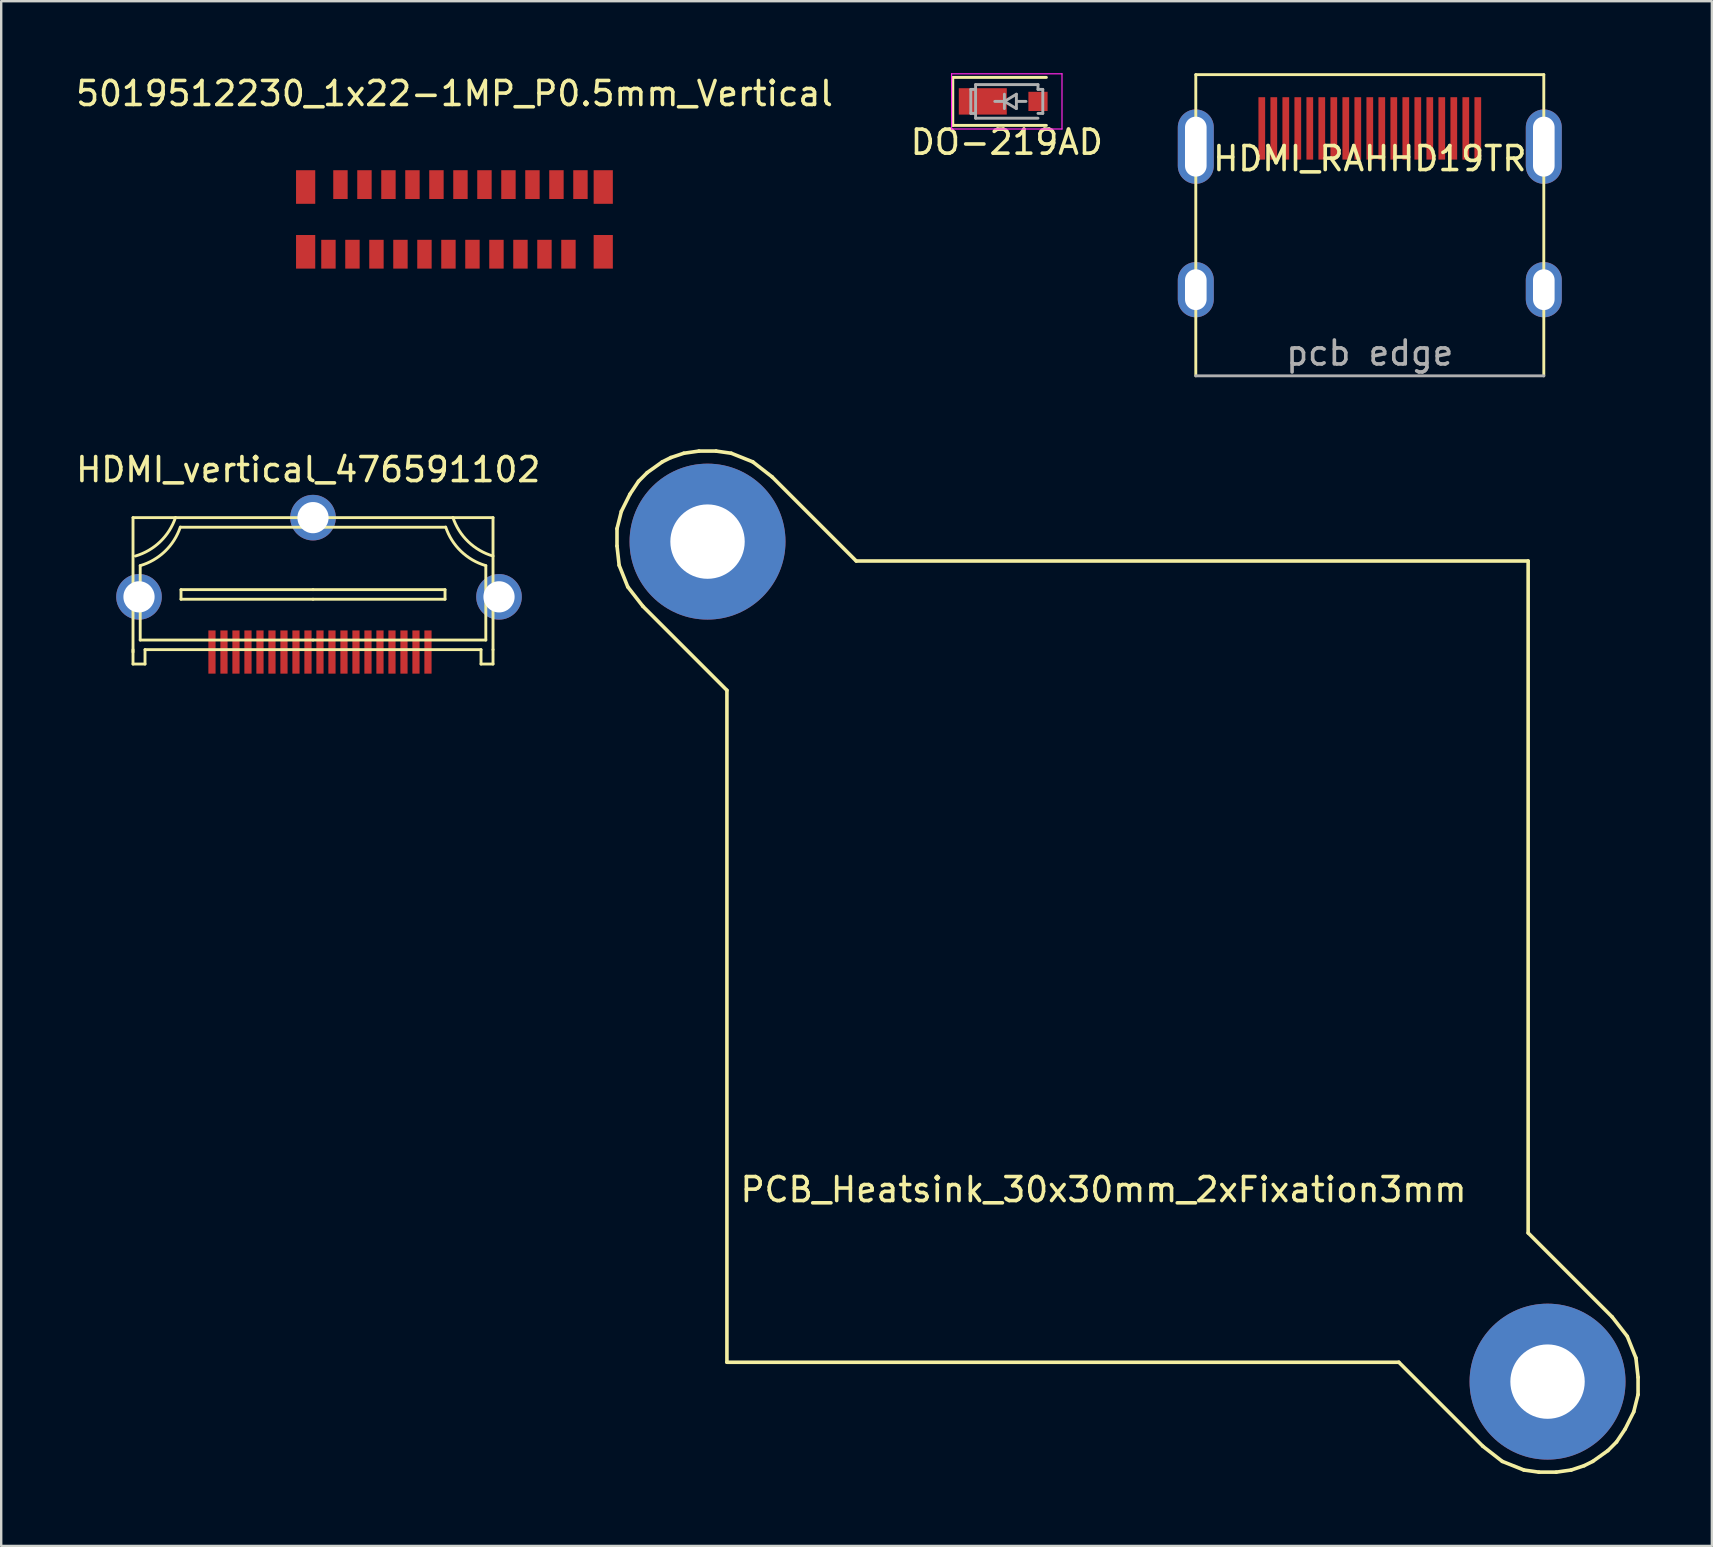
<source format=kicad_pcb>
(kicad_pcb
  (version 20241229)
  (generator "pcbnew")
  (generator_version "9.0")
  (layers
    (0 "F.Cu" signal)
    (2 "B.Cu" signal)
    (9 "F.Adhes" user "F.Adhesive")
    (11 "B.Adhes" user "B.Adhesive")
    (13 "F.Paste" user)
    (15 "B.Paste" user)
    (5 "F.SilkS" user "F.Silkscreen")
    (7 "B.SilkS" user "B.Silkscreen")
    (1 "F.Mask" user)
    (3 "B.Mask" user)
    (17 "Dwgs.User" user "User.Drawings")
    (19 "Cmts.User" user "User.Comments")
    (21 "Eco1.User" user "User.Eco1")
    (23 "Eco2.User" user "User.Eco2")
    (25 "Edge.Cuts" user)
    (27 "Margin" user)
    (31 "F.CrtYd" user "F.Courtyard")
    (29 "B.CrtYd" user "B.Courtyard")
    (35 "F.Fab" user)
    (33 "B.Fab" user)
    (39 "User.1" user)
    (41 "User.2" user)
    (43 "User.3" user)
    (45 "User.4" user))
  (footprint "5019512230_1x22-1MP_P0.5mm_Vertical"
    (layer "F.Cu")
    (at 15.885 6.092)
    (property "Reference" "5019512230_1x22-1MP_P0.5mm_Vertical" (at 0.002 -5.244 0) (layer "F.SilkS") (effects (font (size 1 1) (thickness 0.15))))
    (attr through_hole)
    (pad "1" smd rect (at -5.25 1.45) (size 0.6 1.2) (layers "F.Cu" "F.Mask" "F.Paste"))
    (pad "2" smd rect (at -4.75 -1.45) (size 0.6 1.2) (layers "F.Cu" "F.Mask" "F.Paste"))
    (pad "3" smd rect (at -4.25 1.45) (size 0.6 1.2) (layers "F.Cu" "F.Mask" "F.Paste"))
    (pad "4" smd rect (at -3.75 -1.45) (size 0.6 1.2) (layers "F.Cu" "F.Mask" "F.Paste"))
    (pad "5" smd rect (at -3.25 1.45) (size 0.6 1.2) (layers "F.Cu" "F.Mask" "F.Paste"))
    (pad "6" smd rect (at -2.75 -1.45) (size 0.6 1.2) (layers "F.Cu" "F.Mask" "F.Paste"))
    (pad "7" smd rect (at -2.25 1.45) (size 0.6 1.2) (layers "F.Cu" "F.Mask" "F.Paste"))
    (pad "8" smd rect (at -1.75 -1.45) (size 0.6 1.2) (layers "F.Cu" "F.Mask" "F.Paste"))
    (pad "9" smd rect (at -1.25 1.45) (size 0.6 1.2) (layers "F.Cu" "F.Mask" "F.Paste"))
    (pad "10" smd rect (at -0.75 -1.45) (size 0.6 1.2) (layers "F.Cu" "F.Mask" "F.Paste"))
    (pad "11" smd rect (at -0.25 1.45) (size 0.6 1.2) (layers "F.Cu" "F.Mask" "F.Paste"))
    (pad "12" smd rect (at 0.25 -1.45) (size 0.6 1.2) (layers "F.Cu" "F.Mask" "F.Paste"))
    (pad "13" smd rect (at 0.75 1.45) (size 0.6 1.2) (layers "F.Cu" "F.Mask" "F.Paste"))
    (pad "14" smd rect (at 1.25 -1.45) (size 0.6 1.2) (layers "F.Cu" "F.Mask" "F.Paste"))
    (pad "15" smd rect (at 1.75 1.45) (size 0.6 1.2) (layers "F.Cu" "F.Mask" "F.Paste"))
    (pad "16" smd rect (at 2.25 -1.45) (size 0.6 1.2) (layers "F.Cu" "F.Mask" "F.Paste"))
    (pad "17" smd rect (at 2.75 1.45) (size 0.6 1.2) (layers "F.Cu" "F.Mask" "F.Paste"))
    (pad "18" smd rect (at 3.25 -1.45) (size 0.6 1.2) (layers "F.Cu" "F.Mask" "F.Paste"))
    (pad "19" smd rect (at 3.75 1.45) (size 0.6 1.2) (layers "F.Cu" "F.Mask" "F.Paste"))
    (pad "20" smd rect (at 4.25 -1.45) (size 0.6 1.2) (layers "F.Cu" "F.Mask" "F.Paste"))
    (pad "21" smd rect (at 4.75 1.45) (size 0.6 1.2) (layers "F.Cu" "F.Mask" "F.Paste"))
    (pad "22" smd rect (at 5.25 -1.45) (size 0.6 1.2) (layers "F.Cu" "F.Mask" "F.Paste"))
    (pad "MP" smd rect (at -6.2 -1.35) (size 0.8 1.4) (layers "F.Cu" "F.Mask" "F.Paste"))
    (pad "MP" smd rect (at -6.2 1.35) (size 0.8 1.4) (layers "F.Cu" "F.Mask" "F.Paste"))
    (pad "MP" smd rect (at 6.2 -1.35) (size 0.8 1.4) (layers "F.Cu" "F.Mask" "F.Paste"))
    (pad "MP" smd rect (at 6.2 1.35) (size 0.8 1.4) (layers "F.Cu" "F.Mask" "F.Paste")))
  (footprint "PCB_Heatsink_30x30mm_2xFixation3mm"
    (layer "F.Cu")
    (at 43.93 37.017)
    (property "Reference" "PCB_Heatsink_30x30mm_2xFixation3mm" (at -1 9.5 0) (layer "F.SilkS") (effects (font (size 1 1) (thickness 0.15))))
    (attr through_hole)
    (fp_line (start -21.272 -18.039) (end -21.272 -17.32) (stroke (width 0.15) (type solid)) (layer "F.SilkS"))
    (fp_line (start -21.272 -17.32) (end -21.182 -16.512) (stroke (width 0.15) (type solid)) (layer "F.SilkS"))
    (fp_line (start -21.182 -16.512) (end -20.823 -15.614) (stroke (width 0.15) (type solid)) (layer "F.SilkS"))
    (fp_line (start -21.092 -18.757) (end -21.272 -18.039) (stroke (width 0.15) (type solid)) (layer "F.SilkS"))
    (fp_line (start -20.823 -15.614) (end -20.194 -14.806) (stroke (width 0.15) (type solid)) (layer "F.SilkS"))
    (fp_line (start -20.733 -19.476) (end -21.092 -18.757) (stroke (width 0.15) (type solid)) (layer "F.SilkS"))
    (fp_line (start -20.374 -20.014) (end -20.733 -19.476) (stroke (width 0.15) (type solid)) (layer "F.SilkS"))
    (fp_line (start -20.014 -20.374) (end -20.374 -20.014) (stroke (width 0.15) (type solid)) (layer "F.SilkS"))
    (fp_line (start -19.386 -20.823) (end -20.014 -20.374) (stroke (width 0.15) (type solid)) (layer "F.SilkS"))
    (fp_line (start -19.027 -21.002) (end -19.386 -20.823) (stroke (width 0.15) (type solid)) (layer "F.SilkS"))
    (fp_line (start -18.488 -21.182) (end -19.027 -21.002) (stroke (width 0.15) (type solid)) (layer "F.SilkS"))
    (fp_line (start -17.859 -21.272) (end -18.488 -21.182) (stroke (width 0.15) (type solid)) (layer "F.SilkS"))
    (fp_line (start -17.141 -21.272) (end -17.859 -21.272) (stroke (width 0.15) (type solid)) (layer "F.SilkS"))
    (fp_line (start -16.692 -11.304) (end -20.194 -14.806) (stroke (width 0.15) (type solid)) (layer "F.SilkS"))
    (fp_line (start -16.692 -11.304) (end -16.692 16.692) (stroke (width 0.15) (type solid)) (layer "F.SilkS"))
    (fp_line (start -16.692 16.692) (end 11.304 16.692) (stroke (width 0.15) (type solid)) (layer "F.SilkS"))
    (fp_line (start -16.512 -21.182) (end -17.141 -21.272) (stroke (width 0.15) (type solid)) (layer "F.SilkS"))
    (fp_line (start -15.614 -20.823) (end -16.512 -21.182) (stroke (width 0.15) (type solid)) (layer "F.SilkS"))
    (fp_line (start -14.806 -20.194) (end -15.614 -20.823) (stroke (width 0.15) (type solid)) (layer "F.SilkS"))
    (fp_line (start -14.806 -20.194) (end -11.304 -16.692) (stroke (width 0.15) (type solid)) (layer "F.SilkS"))
    (fp_line (start 14.806 20.194) (end 11.304 16.692) (stroke (width 0.15) (type solid)) (layer "F.SilkS"))
    (fp_line (start 14.806 20.194) (end 15.614 20.823) (stroke (width 0.15) (type solid)) (layer "F.SilkS"))
    (fp_line (start 15.614 20.823) (end 16.512 21.182) (stroke (width 0.15) (type solid)) (layer "F.SilkS"))
    (fp_line (start 16.512 21.182) (end 17.141 21.272) (stroke (width 0.15) (type solid)) (layer "F.SilkS"))
    (fp_line (start 16.692 -16.692) (end -11.304 -16.692) (stroke (width 0.15) (type solid)) (layer "F.SilkS"))
    (fp_line (start 16.692 11.304) (end 16.692 -16.692) (stroke (width 0.15) (type solid)) (layer "F.SilkS"))
    (fp_line (start 16.692 11.304) (end 20.194 14.806) (stroke (width 0.15) (type solid)) (layer "F.SilkS"))
    (fp_line (start 17.141 21.272) (end 17.859 21.272) (stroke (width 0.15) (type solid)) (layer "F.SilkS"))
    (fp_line (start 17.859 21.272) (end 18.488 21.182) (stroke (width 0.15) (type solid)) (layer "F.SilkS"))
    (fp_line (start 18.488 21.182) (end 19.027 21.002) (stroke (width 0.15) (type solid)) (layer "F.SilkS"))
    (fp_line (start 19.027 21.002) (end 19.386 20.823) (stroke (width 0.15) (type solid)) (layer "F.SilkS"))
    (fp_line (start 19.386 20.823) (end 20.014 20.374) (stroke (width 0.15) (type solid)) (layer "F.SilkS"))
    (fp_line (start 20.014 20.374) (end 20.374 20.014) (stroke (width 0.15) (type solid)) (layer "F.SilkS"))
    (fp_line (start 20.374 20.014) (end 20.733 19.476) (stroke (width 0.15) (type solid)) (layer "F.SilkS"))
    (fp_line (start 20.733 19.476) (end 21.092 18.757) (stroke (width 0.15) (type solid)) (layer "F.SilkS"))
    (fp_line (start 20.823 15.614) (end 20.194 14.806) (stroke (width 0.15) (type solid)) (layer "F.SilkS"))
    (fp_line (start 21.092 18.757) (end 21.272 18.039) (stroke (width 0.15) (type solid)) (layer "F.SilkS"))
    (fp_line (start 21.182 16.512) (end 20.823 15.614) (stroke (width 0.15) (type solid)) (layer "F.SilkS"))
    (fp_line (start 21.272 17.32) (end 21.182 16.512) (stroke (width 0.15) (type solid)) (layer "F.SilkS"))
    (fp_line (start 21.272 18.039) (end 21.272 17.32) (stroke (width 0.15) (type solid)) (layer "F.SilkS"))
    (pad "" smd custom (at 0 0) (size 33 33) (layers "F.Mask") (options (anchor rect)) (primitives (gr_line (start -17.5 -17.5) (end 17.5 17.5) (width 7.2))))
    (pad "2" thru_hole circle (at -17.5 -17.5 315) (size 6.497 6.497) (drill 3.099) (layers "*.Cu" "*.Mask"))
    (pad "3" thru_hole circle (at 17.5 17.5 135) (size 6.497 6.497) (drill 3.099) (layers "*.Cu" "*.Mask")))
  (footprint "HDMI_RAHHD19TR"
    (layer "F.Cu")
    (at 54.024 3.06)
    (property "Reference" "HDMI_RAHHD19TR" (at 0 0.5 0) (layer "F.SilkS") (effects (font (size 1 1) (thickness 0.15))))
    (attr through_hole)
    (fp_line (start -7.25 -3) (end -7.25 9.55) (stroke (width 0.12) (type solid)) (layer "F.SilkS"))
    (fp_line (start 7.25 -3) (end -7.25 -3) (stroke (width 0.12) (type solid)) (layer "F.SilkS"))
    (fp_line (start 7.25 9.55) (end 7.25 -3) (stroke (width 0.12) (type solid)) (layer "F.SilkS"))
    (fp_line (start 7.25 9.55) (end -7.25 9.55) (stroke (width 0.12) (type solid)) (layer "F.Fab"))
    (fp_text user "pcb edge" (at 0 8.6 0) (layer "F.Fab") (effects (font (size 1 1) (thickness 0.15))))
    (pad "1" smd rect (at 4.5 -0.76) (size 0.28 2.6) (layers "F.Cu" "F.Mask" "F.Paste"))
    (pad "2" smd rect (at 4 -0.76) (size 0.28 2.6) (layers "F.Cu" "F.Mask" "F.Paste"))
    (pad "3" smd rect (at 3.5 -0.76) (size 0.28 2.6) (layers "F.Cu" "F.Mask" "F.Paste"))
    (pad "4" smd rect (at 3 -0.76) (size 0.28 2.6) (layers "F.Cu" "F.Mask" "F.Paste"))
    (pad "5" smd rect (at 2.5 -0.76) (size 0.28 2.6) (layers "F.Cu" "F.Mask" "F.Paste"))
    (pad "6" smd rect (at 2 -0.76) (size 0.28 2.6) (layers "F.Cu" "F.Mask" "F.Paste"))
    (pad "7" smd rect (at 1.5 -0.76) (size 0.28 2.6) (layers "F.Cu" "F.Mask" "F.Paste"))
    (pad "8" smd rect (at 1 -0.76) (size 0.28 2.6) (layers "F.Cu" "F.Mask" "F.Paste"))
    (pad "9" smd rect (at 0.5 -0.76) (size 0.28 2.6) (layers "F.Cu" "F.Mask" "F.Paste"))
    (pad "10" smd rect (at 0 -0.76) (size 0.28 2.6) (layers "F.Cu" "F.Mask" "F.Paste"))
    (pad "11" smd rect (at -0.5 -0.76) (size 0.28 2.6) (layers "F.Cu" "F.Mask" "F.Paste"))
    (pad "12" smd rect (at -1 -0.76) (size 0.28 2.6) (layers "F.Cu" "F.Mask" "F.Paste"))
    (pad "13" smd rect (at -1.5 -0.76) (size 0.28 2.6) (layers "F.Cu" "F.Mask" "F.Paste"))
    (pad "14" smd rect (at -2 -0.76) (size 0.28 2.6) (layers "F.Cu" "F.Mask" "F.Paste"))
    (pad "15" smd rect (at -2.5 -0.76) (size 0.28 2.6) (layers "F.Cu" "F.Mask" "F.Paste"))
    (pad "16" smd rect (at -3 -0.76) (size 0.28 2.6) (layers "F.Cu" "F.Mask" "F.Paste"))
    (pad "17" smd rect (at -3.5 -0.76) (size 0.28 2.6) (layers "F.Cu" "F.Mask" "F.Paste"))
    (pad "18" smd rect (at -4 -0.76) (size 0.28 2.6) (layers "F.Cu" "F.Mask" "F.Paste"))
    (pad "19" smd rect (at -4.5 -0.76) (size 0.28 2.6) (layers "F.Cu" "F.Mask" "F.Paste"))
    (pad "SH" thru_hole oval (at -7.25 0) (size 1.5 3.1) (drill oval 0.9 2.5) (layers "*.Cu" "*.Mask"))
    (pad "SH" thru_hole oval (at -7.25 5.96) (size 1.5 2.3) (drill oval 0.9 1.7) (layers "*.Cu" "*.Mask"))
    (pad "SH" thru_hole oval (at 7.25 0) (size 1.5 3.1) (drill oval 0.9 2.5) (layers "*.Cu" "*.Mask"))
    (pad "SH" thru_hole oval (at 7.25 5.96) (size 1.5 2.3) (drill oval 0.9 1.7) (layers "*.Cu" "*.Mask")))
  (footprint "HDMI_vertical_476591102"
    (layer "F.Cu")
    (at 9.992 18.518)
    (property "Reference" "HDMI_vertical_476591102" (at -0.2 -2 0) (layer "F.SilkS") (effects (font (size 1 1) (thickness 0.15))))
    (attr through_hole)
    (fp_line (start -7.5 0) (end -7.5 5.6) (stroke (width 0.12) (type solid)) (layer "F.SilkS"))
    (fp_line (start -7.5 5.5) (end -7.5 6.1) (stroke (width 0.12) (type solid)) (layer "F.SilkS"))
    (fp_line (start -7.5 6.1) (end -7 6.1) (stroke (width 0.12) (type solid)) (layer "F.SilkS"))
    (fp_line (start -7.2 2) (end -7.2 5.1) (stroke (width 0.12) (type solid)) (layer "F.SilkS"))
    (fp_line (start -7.2 5.1) (end 0 5.1) (stroke (width 0.12) (type solid)) (layer "F.SilkS"))
    (fp_line (start -7 5.5) (end -7 6.1) (stroke (width 0.12) (type solid)) (layer "F.SilkS"))
    (fp_line (start -7 5.5) (end 7 5.5) (stroke (width 0.12) (type solid)) (layer "F.SilkS"))
    (fp_line (start -5.5 0.4) (end 0 0.4) (stroke (width 0.12) (type solid)) (layer "F.SilkS"))
    (fp_line (start -5.5 3) (end 0 3) (stroke (width 0.12) (type solid)) (layer "F.SilkS"))
    (fp_line (start -5.5 3.4) (end -5.5 3) (stroke (width 0.12) (type solid)) (layer "F.SilkS"))
    (fp_line (start 0 3.4) (end -5.5 3.4) (stroke (width 0.12) (type solid)) (layer "F.SilkS"))
    (fp_line (start 0 3.4) (end 5.5 3.4) (stroke (width 0.12) (type solid)) (layer "F.SilkS"))
    (fp_line (start 5.5 0.4) (end 0 0.4) (stroke (width 0.12) (type solid)) (layer "F.SilkS"))
    (fp_line (start 5.5 3) (end 0 3) (stroke (width 0.12) (type solid)) (layer "F.SilkS"))
    (fp_line (start 5.5 3.4) (end 5.5 3) (stroke (width 0.12) (type solid)) (layer "F.SilkS"))
    (fp_line (start 7 5.5) (end 7 6.1) (stroke (width 0.12) (type solid)) (layer "F.SilkS"))
    (fp_line (start 7 6.1) (end 7.5 6.1) (stroke (width 0.12) (type solid)) (layer "F.SilkS"))
    (fp_line (start 7.2 2) (end 7.2 5.1) (stroke (width 0.12) (type solid)) (layer "F.SilkS"))
    (fp_line (start 7.2 5.1) (end 0 5.1) (stroke (width 0.12) (type solid)) (layer "F.SilkS"))
    (fp_line (start 7.5 0) (end -7.5 0) (stroke (width 0.12) (type solid)) (layer "F.SilkS"))
    (fp_line (start 7.5 5.5) (end 7.5 0) (stroke (width 0.12) (type solid)) (layer "F.SilkS"))
    (fp_line (start 7.5 5.5) (end 7.5 6.1) (stroke (width 0.12) (type solid)) (layer "F.SilkS"))
    (fp_arc (start -5.728293 -0.009431) (mid -6.366099 1.000995) (end -7.4 1.599999) (stroke (width 0.12) (type solid)) (layer "F.SilkS"))
    (fp_arc (start -5.528293 0.390569) (mid -6.166099 1.400995) (end -7.2 1.999999) (stroke (width 0.12) (type solid)) (layer "F.SilkS"))
    (fp_arc (start 7.2 1.999999) (mid 6.166099 1.400995) (end 5.528293 0.390569) (stroke (width 0.12) (type solid)) (layer "F.SilkS"))
    (fp_arc (start 7.5 1.599999) (mid 6.466099 1.000995) (end 5.828293 -0.009431) (stroke (width 0.12) (type solid)) (layer "F.SilkS"))
    (pad "1" smd rect (at -4.21 5.6 180) (size 0.3 1.8) (layers "F.Cu" "F.Mask" "F.Paste"))
    (pad "2" smd rect (at -3.71 5.6 180) (size 0.3 1.8) (layers "F.Cu" "F.Mask" "F.Paste"))
    (pad "3" smd rect (at -3.21 5.6 180) (size 0.3 1.8) (layers "F.Cu" "F.Mask" "F.Paste"))
    (pad "4" smd rect (at -2.71 5.6 180) (size 0.3 1.8) (layers "F.Cu" "F.Mask" "F.Paste"))
    (pad "5" smd rect (at -2.21 5.6 180) (size 0.3 1.8) (layers "F.Cu" "F.Mask" "F.Paste"))
    (pad "6" smd rect (at -1.71 5.6 180) (size 0.3 1.8) (layers "F.Cu" "F.Mask" "F.Paste"))
    (pad "7" smd rect (at -1.21 5.6 180) (size 0.3 1.8) (layers "F.Cu" "F.Mask" "F.Paste"))
    (pad "8" smd rect (at -0.71 5.6 180) (size 0.3 1.8) (layers "F.Cu" "F.Mask" "F.Paste"))
    (pad "9" smd rect (at -0.21 5.6 180) (size 0.3 1.8) (layers "F.Cu" "F.Mask" "F.Paste"))
    (pad "10" smd rect (at 0.29 5.6 180) (size 0.3 1.8) (layers "F.Cu" "F.Mask" "F.Paste"))
    (pad "11" smd rect (at 0.79 5.6 180) (size 0.3 1.8) (layers "F.Cu" "F.Mask" "F.Paste"))
    (pad "12" smd rect (at 1.29 5.6 180) (size 0.3 1.8) (layers "F.Cu" "F.Mask" "F.Paste"))
    (pad "13" smd rect (at 1.79 5.6 180) (size 0.3 1.8) (layers "F.Cu" "F.Mask" "F.Paste"))
    (pad "14" smd rect (at 2.29 5.6 180) (size 0.3 1.8) (layers "F.Cu" "F.Mask" "F.Paste"))
    (pad "15" smd rect (at 2.79 5.6 180) (size 0.3 1.8) (layers "F.Cu" "F.Mask" "F.Paste"))
    (pad "16" smd rect (at 3.29 5.6 180) (size 0.3 1.8) (layers "F.Cu" "F.Mask" "F.Paste"))
    (pad "17" smd rect (at 3.79 5.6 180) (size 0.3 1.8) (layers "F.Cu" "F.Mask" "F.Paste"))
    (pad "18" smd rect (at 4.29 5.6 180) (size 0.3 1.8) (layers "F.Cu" "F.Mask" "F.Paste"))
    (pad "19" smd rect (at 4.79 5.6 180) (size 0.3 1.8) (layers "F.Cu" "F.Mask" "F.Paste"))
    (pad "SH" thru_hole circle (at -7.25 3.3 180) (size 1.9 1.9) (drill 1.3) (layers "*.Cu" "*.Mask"))
    (pad "SH" thru_hole circle (at 0 0 180) (size 1.9 1.9) (drill 1.3) (layers "*.Cu" "*.Mask"))
    (pad "SH" thru_hole circle (at 7.75 3.3 180) (size 1.9 1.9) (drill 1.3) (layers "*.Cu" "*.Mask")))
  (footprint "DO-219AD"
    (layer "F.Cu")
    (at 38.899 1.175)
    (property "Reference" "DO-219AD" (at 0 1.7 0) (layer "F.SilkS") (effects (font (size 1 1) (thickness 0.15))))
    (attr through_hole)
    (fp_line (start -2.25 -1) (end -2.25 1) (stroke (width 0.12) (type solid)) (layer "F.SilkS"))
    (fp_line (start -2.25 1) (end 1.65 1) (stroke (width 0.12) (type solid)) (layer "F.SilkS"))
    (fp_line (start 1.65 -1) (end -2.25 -1) (stroke (width 0.12) (type solid)) (layer "F.SilkS"))
    (fp_line (start -2.3 -1.15) (end 2.3 -1.15) (stroke (width 0.05) (type solid)) (layer "F.CrtYd"))
    (fp_line (start -2.3 1.15) (end -2.3 -1.15) (stroke (width 0.05) (type solid)) (layer "F.CrtYd"))
    (fp_line (start 2.3 -1.15) (end 2.3 1.15) (stroke (width 0.05) (type solid)) (layer "F.CrtYd"))
    (fp_line (start 2.3 1.15) (end -2.3 1.15) (stroke (width 0.05) (type solid)) (layer "F.CrtYd"))
    (fp_line (start -1.5 -0.5) (end -1.5 0.5) (stroke (width 0.12) (type solid)) (layer "F.Fab"))
    (fp_line (start -1.3 -0.7) (end -1.3 0.7) (stroke (width 0.12) (type solid)) (layer "F.Fab"))
    (fp_line (start -1.3 -0.5) (end -1.5 -0.5) (stroke (width 0.12) (type solid)) (layer "F.Fab"))
    (fp_line (start -1.3 0.5) (end -1.5 0.5) (stroke (width 0.12) (type solid)) (layer "F.Fab"))
    (fp_line (start -1.3 0.7) (end 1.3 0.7) (stroke (width 0.12) (type solid)) (layer "F.Fab"))
    (fp_line (start -0.1 0) (end -0.5 0) (stroke (width 0.12) (type solid)) (layer "F.Fab"))
    (fp_line (start -0.1 0) (end -0.1 -0.3) (stroke (width 0.12) (type solid)) (layer "F.Fab"))
    (fp_line (start -0.1 0) (end -0.1 0.3) (stroke (width 0.12) (type solid)) (layer "F.Fab"))
    (fp_line (start 0.4 -0.3) (end -0.1 0) (stroke (width 0.12) (type solid)) (layer "F.Fab"))
    (fp_line (start 0.4 -0.3) (end 0.4 0.3) (stroke (width 0.12) (type solid)) (layer "F.Fab"))
    (fp_line (start 0.4 0) (end 0.8 0) (stroke (width 0.12) (type solid)) (layer "F.Fab"))
    (fp_line (start 0.4 0.3) (end -0.1 0) (stroke (width 0.12) (type solid)) (layer "F.Fab"))
    (fp_line (start 1.3 -0.7) (end -1.3 -0.7) (stroke (width 0.12) (type solid)) (layer "F.Fab"))
    (fp_line (start 1.3 -0.5) (end 1.3 -0.7) (stroke (width 0.12) (type solid)) (layer "F.Fab"))
    (fp_line (start 1.3 -0.5) (end 1.5 -0.5) (stroke (width 0.12) (type solid)) (layer "F.Fab"))
    (fp_line (start 1.5 -0.5) (end 1.5 0.5) (stroke (width 0.12) (type solid)) (layer "F.Fab"))
    (fp_line (start 1.5 0.5) (end 1.3 0.5) (stroke (width 0.12) (type solid)) (layer "F.Fab"))
    (pad "1" smd rect (at -1 0) (size 2 1.1) (layers "F.Cu" "F.Mask" "F.Paste"))
    (pad "2" smd rect (at 1.3 0) (size 0.8 0.8) (layers "F.Cu" "F.Mask" "F.Paste")))
  (gr_rect
    (start -3 -3)
    (end 68.277 61.363)
    (stroke (width 0.1) (type default))
    (fill no)
    (layer "Edge.Cuts")))
</source>
